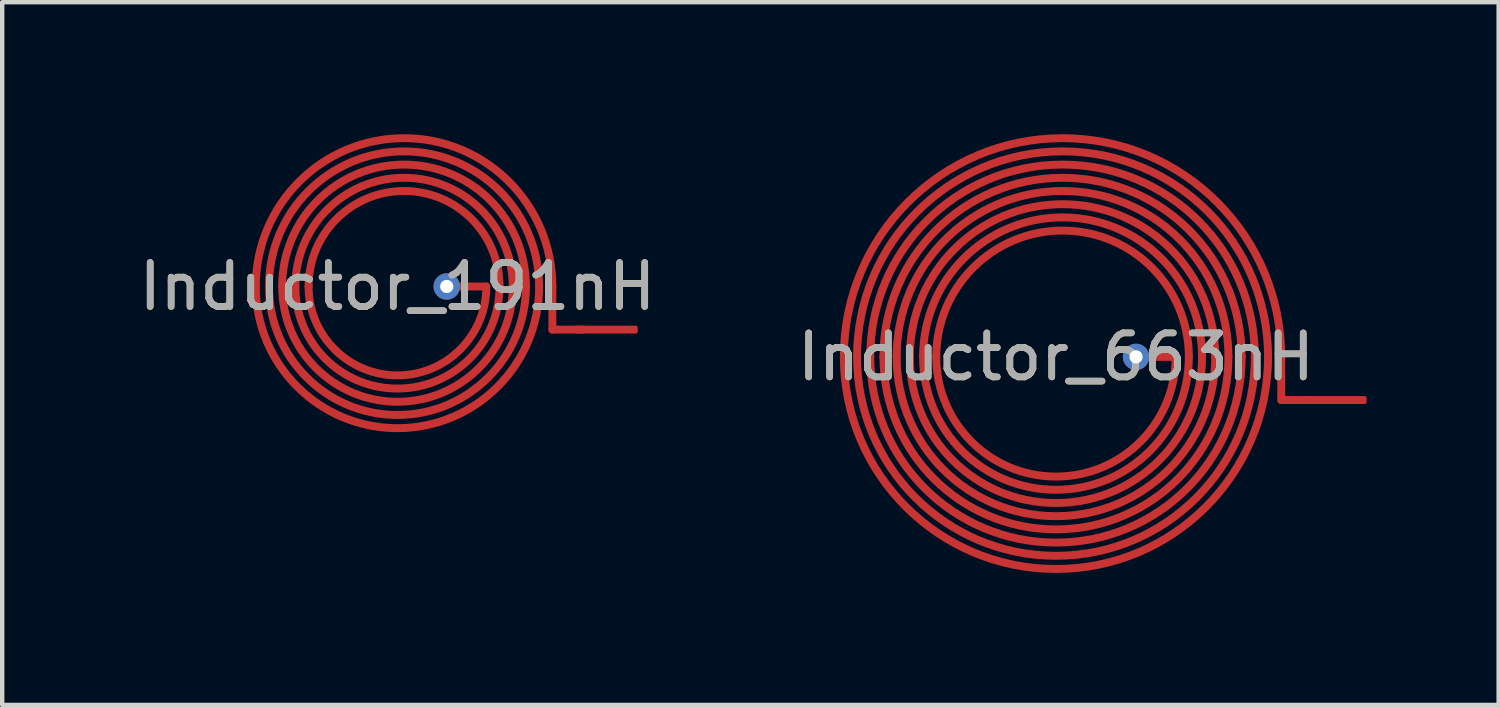
<source format=kicad_pcb>
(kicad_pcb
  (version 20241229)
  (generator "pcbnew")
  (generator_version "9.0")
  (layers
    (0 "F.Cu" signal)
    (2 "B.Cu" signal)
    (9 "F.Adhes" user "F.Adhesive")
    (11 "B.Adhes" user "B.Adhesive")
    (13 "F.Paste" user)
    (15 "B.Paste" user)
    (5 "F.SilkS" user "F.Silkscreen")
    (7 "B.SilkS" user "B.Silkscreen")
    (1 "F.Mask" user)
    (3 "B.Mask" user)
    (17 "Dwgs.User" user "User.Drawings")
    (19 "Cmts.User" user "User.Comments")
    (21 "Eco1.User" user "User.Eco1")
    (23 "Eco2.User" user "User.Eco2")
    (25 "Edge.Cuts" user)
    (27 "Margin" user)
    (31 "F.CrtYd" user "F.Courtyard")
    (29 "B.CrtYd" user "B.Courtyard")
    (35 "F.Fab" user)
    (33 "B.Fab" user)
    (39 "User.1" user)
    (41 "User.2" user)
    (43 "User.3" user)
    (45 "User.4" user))
  (footprint "Inductor_663nH"
    (layer "F.Cu")
    (at 20.946 5.06)
    (property "Reference" "Inductor_663nH" (at 0 0 0) (unlocked yes) (layer "F.SilkS") (effects (font (size 1 1) (thickness 0.15))))
    (attr through_hole exclude_from_pos_files exclude_from_bom allow_missing_courtyard)
    (fp_line (start 2.72 0) (end 1.82 0) (stroke (width 0.18) (type default)) (layer "F.Cu"))
    (fp_line (start 5.12 0) (end 5.12 0.98) (stroke (width 0.18) (type default)) (layer "F.Cu"))
    (fp_line (start 5.12 0.98) (end 5.8 0.98) (stroke (width 0.18) (type default)) (layer "F.Cu"))
    (fp_arc (start -4.82 0) (mid 0.15 -4.97) (end 5.12 0) (stroke (width 0.18) (type default)) (layer "F.Cu"))
    (fp_arc (start -4.52 0) (mid 0.15 -4.67) (end 4.82 0) (stroke (width 0.18) (type default)) (layer "F.Cu"))
    (fp_arc (start -4.22 0) (mid 0.15 -4.37) (end 4.52 0) (stroke (width 0.18) (type default)) (layer "F.Cu"))
    (fp_arc (start -3.92 0) (mid 0.15 -4.07) (end 4.22 0) (stroke (width 0.18) (type default)) (layer "F.Cu"))
    (fp_arc (start -3.62 0) (mid 0.15 -3.77) (end 3.92 0) (stroke (width 0.18) (type default)) (layer "F.Cu"))
    (fp_arc (start -3.32 0) (mid 0.15 -3.47) (end 3.62 0) (stroke (width 0.18) (type default)) (layer "F.Cu"))
    (fp_arc (start -3.02 0) (mid 0.15 -3.17) (end 3.32 0) (stroke (width 0.18) (type default)) (layer "F.Cu"))
    (fp_arc (start -2.72 0) (mid 0.15 -2.87) (end 3.02 0) (stroke (width 0.18) (type default)) (layer "F.Cu"))
    (fp_arc (start 2.72 0) (mid 0 2.72) (end -2.72 0) (stroke (width 0.18) (type default)) (layer "F.Cu"))
    (fp_arc (start 3.02 0) (mid 0 3.02) (end -3.02 0) (stroke (width 0.18) (type default)) (layer "F.Cu"))
    (fp_arc (start 3.32 0) (mid 0 3.32) (end -3.32 0) (stroke (width 0.18) (type default)) (layer "F.Cu"))
    (fp_arc (start 3.62 0) (mid 0 3.62) (end -3.62 0) (stroke (width 0.18) (type default)) (layer "F.Cu"))
    (fp_arc (start 3.92 0) (mid 0 3.92) (end -3.92 0) (stroke (width 0.18) (type default)) (layer "F.Cu"))
    (fp_arc (start 4.22 0) (mid 0 4.22) (end -4.22 0) (stroke (width 0.18) (type default)) (layer "F.Cu"))
    (fp_arc (start 4.52 0) (mid 0 4.52) (end -4.52 0) (stroke (width 0.18) (type default)) (layer "F.Cu"))
    (fp_arc (start 4.82 0) (mid 0 4.82) (end -4.82 0) (stroke (width 0.18) (type default)) (layer "F.Cu"))
    (fp_text user "${REFERENCE}" (at 0 0 0) (unlocked yes) (layer "F.Fab") (effects (font (size 1 1) (thickness 0.15))))
    (pad "1" smd roundrect (at 6.34 0.98) (size 1.44 0.18) (layers "F.Cu") (roundrect_rratio 0.25))
    (pad "2" thru_hole circle (at 1.82 0) (size 0.6 0.6) (drill 0.3) (layers "*.Cu") (remove_unused_layers yes) (keep_end_layers yes) (zone_layer_connections)))
  (footprint "Inductor_191nH"
    (layer "F.Cu")
    (at 5.982 3.46)
    (property "Reference" "Inductor_191nH" (at 0 0 0) (unlocked yes) (layer "F.SilkS") (effects (font (size 1 1) (thickness 0.15))))
    (attr through_hole exclude_from_pos_files exclude_from_bom allow_missing_courtyard)
    (fp_line (start 2.02 0) (end 1.12 0) (stroke (width 0.18) (type default)) (layer "F.Cu"))
    (fp_line (start 3.52 0) (end 3.52 0.98) (stroke (width 0.18) (type default)) (layer "F.Cu"))
    (fp_line (start 3.52 0.98) (end 4.2 0.98) (stroke (width 0.18) (type default)) (layer "F.Cu"))
    (fp_arc (start -3.22 0) (mid 0.15 -3.37) (end 3.52 0) (stroke (width 0.18) (type default)) (layer "F.Cu"))
    (fp_arc (start -2.92 0) (mid 0.15 -3.07) (end 3.22 0) (stroke (width 0.18) (type default)) (layer "F.Cu"))
    (fp_arc (start -2.62 0) (mid 0.15 -2.77) (end 2.92 0) (stroke (width 0.18) (type default)) (layer "F.Cu"))
    (fp_arc (start -2.32 0) (mid 0.15 -2.47) (end 2.62 0) (stroke (width 0.18) (type default)) (layer "F.Cu"))
    (fp_arc (start -2.02 0) (mid 0.15 -2.17) (end 2.32 0) (stroke (width 0.18) (type default)) (layer "F.Cu"))
    (fp_arc (start 2.02 0) (mid 0 2.02) (end -2.02 0) (stroke (width 0.18) (type default)) (layer "F.Cu"))
    (fp_arc (start 2.32 0) (mid 0 2.32) (end -2.32 0) (stroke (width 0.18) (type default)) (layer "F.Cu"))
    (fp_arc (start 2.62 0) (mid 0 2.62) (end -2.62 0) (stroke (width 0.18) (type default)) (layer "F.Cu"))
    (fp_arc (start 2.92 0) (mid 0 2.92) (end -2.92 0) (stroke (width 0.18) (type default)) (layer "F.Cu"))
    (fp_arc (start 3.22 0) (mid 0 3.22) (end -3.22 0) (stroke (width 0.18) (type default)) (layer "F.Cu"))
    (fp_text user "${REFERENCE}" (at 0 0 0) (unlocked yes) (layer "F.Fab") (effects (font (size 1 1) (thickness 0.15))))
    (pad "1" smd roundrect (at 4.74 0.98) (size 1.44 0.18) (layers "F.Cu") (roundrect_rratio 0.25))
    (pad "2" thru_hole circle (at 1.12 0) (size 0.6 0.6) (drill 0.3) (layers "*.Cu") (remove_unused_layers yes) (keep_end_layers yes) (zone_layer_connections)))
  (gr_rect
    (start -3 -3)
    (end 31.006 12.97)
    (stroke (width 0.1) (type default))
    (fill no)
    (layer "Edge.Cuts")))
</source>
